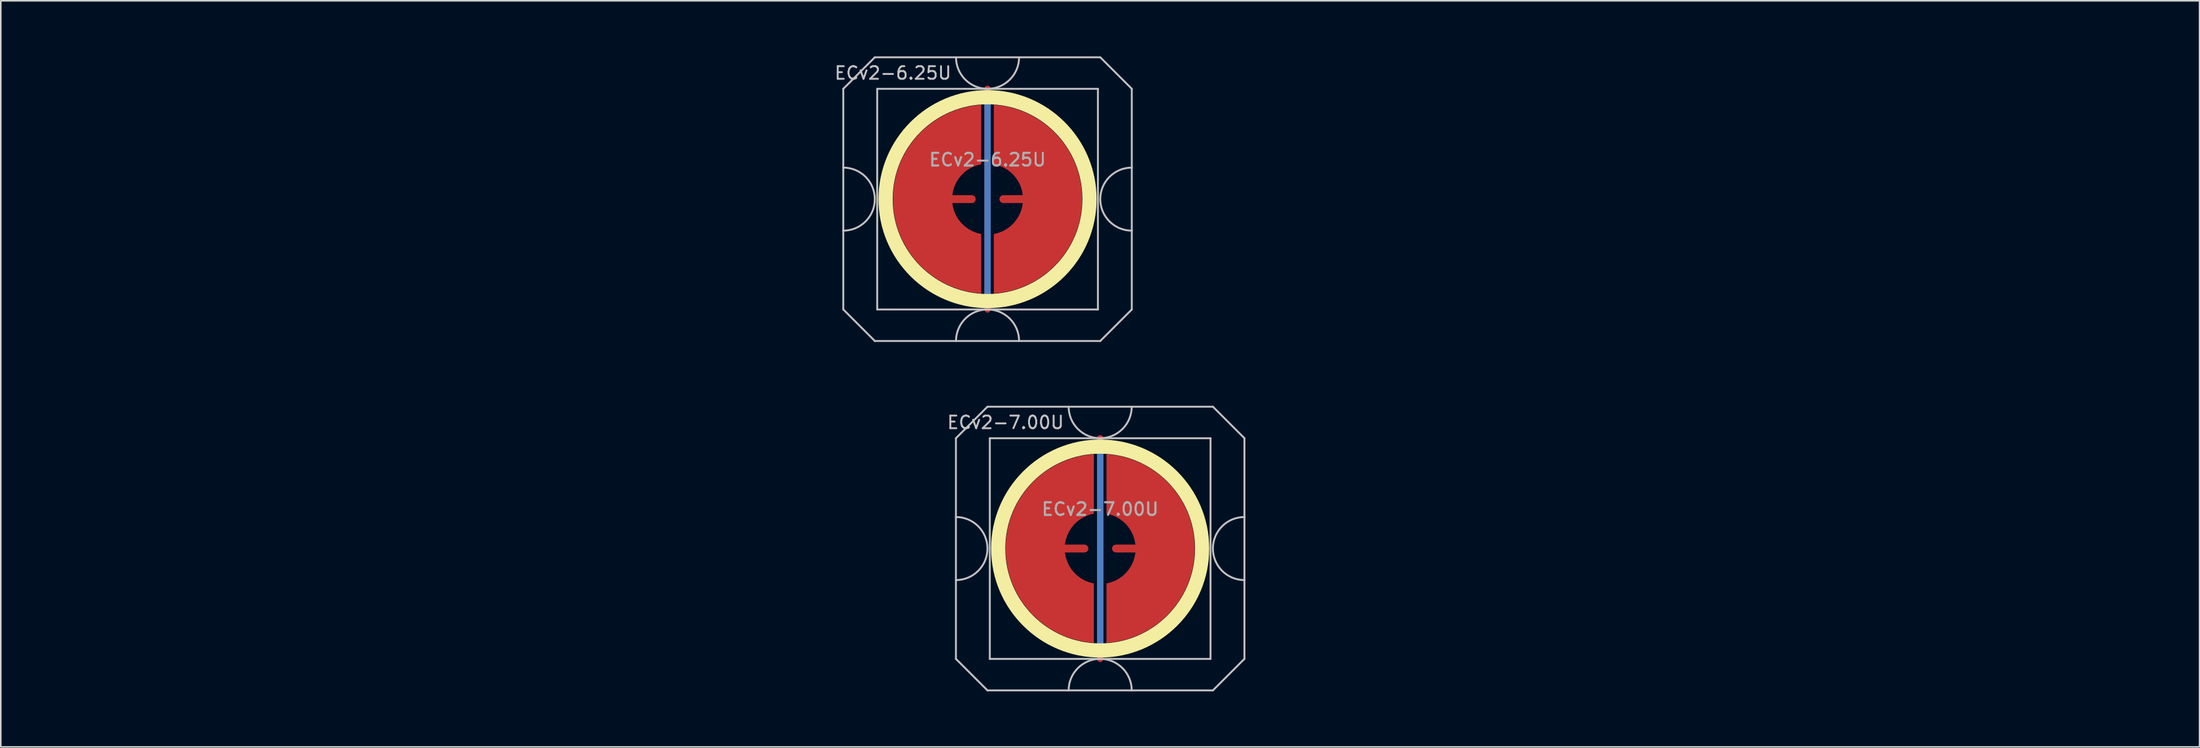
<source format=kicad_pcb>
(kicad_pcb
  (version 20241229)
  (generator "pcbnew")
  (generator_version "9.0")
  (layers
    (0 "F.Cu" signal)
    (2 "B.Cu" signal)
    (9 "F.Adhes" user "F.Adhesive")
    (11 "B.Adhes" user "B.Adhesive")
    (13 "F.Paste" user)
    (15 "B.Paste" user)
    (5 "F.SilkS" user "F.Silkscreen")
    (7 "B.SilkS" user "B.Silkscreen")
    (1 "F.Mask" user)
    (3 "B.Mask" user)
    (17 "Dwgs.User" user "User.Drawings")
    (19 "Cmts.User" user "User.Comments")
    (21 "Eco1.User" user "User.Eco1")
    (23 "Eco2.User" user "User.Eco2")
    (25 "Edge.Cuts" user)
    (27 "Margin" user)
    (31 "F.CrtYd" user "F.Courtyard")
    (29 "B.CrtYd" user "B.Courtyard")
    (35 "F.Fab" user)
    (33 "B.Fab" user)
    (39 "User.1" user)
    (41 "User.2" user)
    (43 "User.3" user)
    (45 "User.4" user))
  (footprint "ECv2-7.00U"
    (layer "F.Cu")
    (at 66.735 31.755)
    (property "Reference" "ECv2-7.00U" (at -6 -8 0) (layer "Dwgs.User") (effects (font (size 0.8 0.8) (thickness 0.12))))
    (attr smd exclude_from_pos_files exclude_from_bom)
    (fp_circle (center 0 0) (end 6.467 0) (stroke (width 0.9) (type solid)) (fill no) (layer "F.SilkS"))
    (fp_line (start -9.15 -7) (end -9.15 -2) (stroke (width 0.12) (type solid)) (layer "Dwgs.User"))
    (fp_line (start -9.15 -2) (end -9.15 2) (stroke (width 0.12) (type solid)) (layer "Dwgs.User"))
    (fp_line (start -9.15 2) (end -9.15 7) (stroke (width 0.12) (type solid)) (layer "Dwgs.User"))
    (fp_line (start -9.15 7) (end -7.15 9) (stroke (width 0.12) (type solid)) (layer "Dwgs.User"))
    (fp_line (start -7.15 -9) (end -9.15 -7) (stroke (width 0.12) (type solid)) (layer "Dwgs.User"))
    (fp_line (start -7.15 9) (end 7.15 9) (stroke (width 0.12) (type solid)) (layer "Dwgs.User"))
    (fp_line (start -7 -7) (end -7 7) (stroke (width 0.12) (type solid)) (layer "Dwgs.User"))
    (fp_line (start -7 7) (end 7 7) (stroke (width 0.12) (type solid)) (layer "Dwgs.User"))
    (fp_line (start 7 -7) (end -7 -7) (stroke (width 0.12) (type solid)) (layer "Dwgs.User"))
    (fp_line (start 7 7) (end 7 -7) (stroke (width 0.12) (type solid)) (layer "Dwgs.User"))
    (fp_line (start 7.15 -9) (end -7.15 -9) (stroke (width 0.12) (type solid)) (layer "Dwgs.User"))
    (fp_line (start 7.15 -9) (end 9.15 -7) (stroke (width 0.12) (type solid)) (layer "Dwgs.User"))
    (fp_line (start 7.15 9) (end 9.15 7) (stroke (width 0.12) (type solid)) (layer "Dwgs.User"))
    (fp_line (start 9.15 -2) (end 9.15 -7) (stroke (width 0.12) (type solid)) (layer "Dwgs.User"))
    (fp_line (start 9.15 -2) (end 9.15 2) (stroke (width 0.12) (type solid)) (layer "Dwgs.User"))
    (fp_line (start 9.15 7) (end 9.15 2) (stroke (width 0.12) (type solid)) (layer "Dwgs.User"))
    (fp_arc (start -9.15 -2) (mid -7.15 0) (end -9.15 2) (stroke (width 0.12) (type solid)) (layer "Dwgs.User"))
    (fp_arc (start -2 9) (mid 0 7) (end 2 9) (stroke (width 0.12) (type solid)) (layer "Dwgs.User"))
    (fp_arc (start 2 -9) (mid 0 -7) (end -2 -9) (stroke (width 0.12) (type solid)) (layer "Dwgs.User"))
    (fp_arc (start 9.15 2) (mid 7.15 0) (end 9.15 -2) (stroke (width 0.12) (type solid)) (layer "Dwgs.User"))
    (fp_line (start -66.675 -9.525) (end -66.675 9.525) (stroke (width 0.12) (type solid)) (layer "User.2"))
    (fp_line (start -66.675 -9.525) (end 66.675 -9.525) (stroke (width 0.12) (type solid)) (layer "User.2"))
    (fp_line (start -66.675 9.525) (end 66.675 9.525) (stroke (width 0.12) (type solid)) (layer "User.2"))
    (fp_line (start 66.675 -9.525) (end 66.675 9.525) (stroke (width 0.12) (type solid)) (layer "User.2"))
    (fp_text user "${REFERENCE}" (at 0 -2.5 0) (layer "F.Fab") (effects (font (size 0.8 0.8) (thickness 0.12))))
    (fp_text user "${REFERENCE}" (at 0 -2.5 0) (layer "F.Fab") (effects (font (size 0.8 0.8) (thickness 0.12))))
    (pad "1" smd custom (at -1 0) (size 0.4 0.4) (layers "F.Cu") (options (anchor circle)) (primitives (gr_poly (pts (xy 0.6 -2.214) (xy 0.32 -2.145) (xy 0.052 -2.041) (xy -0.201 -1.903) (xy -0.434 -1.734) (xy -0.644 -1.536) (xy -0.826 -1.314) (xy -0.979 -1.07) (xy -1.1 -0.808) (xy -1.186 -0.534) (xy -1.236 -0.25) (xy 0 -0.25) (xy 0.096 -0.231) (xy 0.177 -0.177) (xy 0.231 -0.096) (xy 0.25 0) (xy 0.231 0.096) (xy 0.177 0.177) (xy 0.096 0.231) (xy 0 0.25) (xy -1.236 0.25) (xy -1.186 0.534) (xy -1.1 0.808) (xy -0.979 1.07) (xy -0.826 1.314) (xy -0.644 1.536) (xy -0.434 1.734) (xy -0.201 1.903) (xy 0.052 2.041) (xy 0.32 2.145) (xy 0.6 2.214) (xy 0.6 5.987) (xy 0.115 5.934) (xy -0.364 5.843) (xy -0.834 5.713) (xy -1.292 5.545) (xy -1.735 5.341) (xy -2.159 5.101) (xy -2.563 4.827) (xy -2.943 4.522) (xy -3.298 4.187) (xy -3.623 3.824) (xy -3.919 3.436) (xy -4.182 3.025) (xy -4.41 2.594) (xy -4.603 2.147) (xy -4.759 1.684) (xy -4.876 1.211) (xy -4.955 0.73) (xy -4.995 0.244) (xy -4.995 -0.244) (xy -4.955 -0.73) (xy -4.876 -1.211) (xy -4.759 -1.684) (xy -4.603 -2.147) (xy -4.41 -2.594) (xy -4.182 -3.025) (xy -3.919 -3.436) (xy -3.623 -3.824) (xy -3.298 -4.187) (xy -2.943 -4.522) (xy -2.563 -4.827) (xy -2.159 -5.101) (xy -1.735 -5.341) (xy -1.292 -5.545) (xy -0.834 -5.713) (xy -0.364 -5.843) (xy 0.115 -5.934) (xy 0.6 -5.987)) (width 0) (fill yes))))
    (pad "2" smd custom (at 1 0 180) (size 0.4 0.4) (layers "F.Cu") (options (anchor circle)) (primitives (gr_poly (pts (xy 0.6 -2.214) (xy 0.32 -2.145) (xy 0.052 -2.041) (xy -0.201 -1.903) (xy -0.434 -1.734) (xy -0.644 -1.536) (xy -0.826 -1.314) (xy -0.979 -1.07) (xy -1.1 -0.808) (xy -1.186 -0.534) (xy -1.236 -0.25) (xy 0 -0.25) (xy 0.096 -0.231) (xy 0.177 -0.177) (xy 0.231 -0.096) (xy 0.25 0) (xy 0.231 0.096) (xy 0.177 0.177) (xy 0.096 0.231) (xy 0 0.25) (xy -1.236 0.25) (xy -1.186 0.534) (xy -1.1 0.808) (xy -0.979 1.07) (xy -0.826 1.314) (xy -0.644 1.536) (xy -0.434 1.734) (xy -0.201 1.903) (xy 0.052 2.041) (xy 0.32 2.145) (xy 0.6 2.214) (xy 0.6 5.987) (xy 0.115 5.934) (xy -0.364 5.843) (xy -0.834 5.713) (xy -1.292 5.545) (xy -1.735 5.341) (xy -2.159 5.101) (xy -2.563 4.827) (xy -2.943 4.522) (xy -3.298 4.187) (xy -3.623 3.824) (xy -3.919 3.436) (xy -4.182 3.025) (xy -4.41 2.594) (xy -4.603 2.147) (xy -4.759 1.684) (xy -4.876 1.211) (xy -4.955 0.73) (xy -4.995 0.244) (xy -4.995 -0.244) (xy -4.955 -0.73) (xy -4.876 -1.211) (xy -4.759 -1.684) (xy -4.603 -2.147) (xy -4.41 -2.594) (xy -4.182 -3.025) (xy -3.919 -3.436) (xy -3.623 -3.824) (xy -3.298 -4.187) (xy -2.943 -4.522) (xy -2.563 -4.827) (xy -2.159 -5.101) (xy -1.735 -5.341) (xy -1.292 -5.545) (xy -0.834 -5.713) (xy -0.364 -5.843) (xy 0.115 -5.934) (xy 0.6 -5.987)) (width 0) (fill yes))))
    (pad "3" smd custom (at 0 0) (size 0.4 0.4) (layers "F.Cu") (options (anchor rect)) (primitives (gr_line (start 0 -7) (end 0 7) (width 0.4))))
    (pad "3" smd custom (at 0 0) (size 0.4 0.4) (layers "B.Cu") (options (anchor rect)) (primitives (gr_line (start 0 -6.5) (end 0 6.5) (width 0.4))))
    (zone (net_name "") (layer "F.Cu") (hatch edge 0.508) (connect_pads) (min_thickness 0.254) (filled_areas_thickness no) (keepout (tracks allowed) (vias allowed) (pads allowed) (copperpour not_allowed) (footprints allowed)) (placement (enabled no)) (fill) (polygon (pts (xy 73.74 31.755) (xy 73.721 31.242) (xy 73.665 30.732) (xy 73.571 30.227) (xy 73.441 29.73) (xy 73.275 29.245) (xy 73.073 28.772) (xy 72.838 28.316) (xy 72.57 27.879) (xy 72.27 27.462) (xy 71.941 27.068) (xy 71.583 26.699) (xy 71.2 26.358) (xy 70.793 26.045) (xy 70.364 25.763) (xy 69.915 25.514) (xy 69.45 25.297) (xy 68.969 25.116) (xy 68.477 24.97) (xy 67.975 24.861) (xy 67.467 24.788) (xy 66.955 24.754) (xy 66.442 24.756) (xy 65.93 24.797) (xy 65.422 24.874) (xy 64.922 24.989) (xy 64.431 25.14) (xy 63.953 25.326) (xy 63.49 25.547) (xy 63.044 25.802) (xy 62.618 26.088) (xy 62.214 26.405) (xy 61.834 26.75) (xy 61.481 27.123) (xy 61.155 27.52) (xy 60.86 27.94) (xy 60.597 28.38) (xy 60.366 28.839) (xy 60.169 29.313) (xy 60.008 29.801) (xy 59.883 30.299) (xy 59.795 30.804) (xy 59.744 31.315) (xy 59.73 31.828) (xy 59.755 32.341) (xy 59.816 32.851) (xy 59.915 33.355) (xy 60.051 33.85) (xy 60.222 34.334) (xy 60.428 34.804) (xy 60.669 35.257) (xy 60.941 35.692) (xy 61.245 36.106) (xy 61.579 36.496) (xy 61.94 36.861) (xy 62.327 37.199) (xy 62.737 37.507) (xy 63.169 37.784) (xy 63.62 38.029) (xy 64.088 38.241) (xy 64.57 38.417) (xy 65.064 38.558) (xy 65.567 38.662) (xy 66.076 38.729) (xy 66.588 38.758) (xy 67.102 38.75) (xy 67.613 38.705) (xy 68.12 38.622) (xy 68.619 38.502) (xy 69.108 38.346) (xy 69.584 38.154) (xy 70.045 37.928) (xy 70.488 37.669) (xy 70.911 37.379) (xy 71.312 37.058) (xy 71.688 36.708) (xy 72.038 36.332) (xy 72.359 35.931) (xy 72.649 35.508) (xy 72.908 35.065) (xy 73.134 34.604) (xy 73.326 34.128) (xy 73.482 33.639) (xy 73.602 33.14) (xy 73.685 32.633) (xy 73.73 32.122))))
    (zone (net_name "") (layer "B.Cu") (hatch edge 0.508) (connect_pads) (min_thickness 0.254) (filled_areas_thickness no) (keepout (tracks allowed) (vias allowed) (pads allowed) (copperpour not_allowed) (footprints allowed)) (placement (enabled no)) (fill) (polygon (pts (xy 73.293 31.755) (xy 73.273 31.24) (xy 73.213 30.729) (xy 73.112 30.224) (xy 72.972 29.728) (xy 72.794 29.245) (xy 72.578 28.778) (xy 72.327 28.328) (xy 72.041 27.9) (xy 71.722 27.496) (xy 71.372 27.118) (xy 70.994 26.768) (xy 70.59 26.449) (xy 70.162 26.163) (xy 69.712 25.912) (xy 69.245 25.696) (xy 68.762 25.518) (xy 68.266 25.378) (xy 67.761 25.277) (xy 67.25 25.217) (xy 66.735 25.197) (xy 66.22 25.217) (xy 65.709 25.277) (xy 65.204 25.378) (xy 64.708 25.518) (xy 64.225 25.696) (xy 63.758 25.912) (xy 63.308 26.163) (xy 62.88 26.449) (xy 62.476 26.768) (xy 62.098 27.118) (xy 61.748 27.496) (xy 61.429 27.9) (xy 61.143 28.328) (xy 60.892 28.778) (xy 60.676 29.245) (xy 60.498 29.728) (xy 60.358 30.224) (xy 60.257 30.729) (xy 60.197 31.24) (xy 60.177 31.755) (xy 60.197 32.27) (xy 60.257 32.781) (xy 60.358 33.286) (xy 60.498 33.782) (xy 60.676 34.265) (xy 60.892 34.732) (xy 61.143 35.182) (xy 61.429 35.61) (xy 61.748 36.014) (xy 62.098 36.392) (xy 62.476 36.742) (xy 62.88 37.061) (xy 63.308 37.347) (xy 63.758 37.598) (xy 64.225 37.814) (xy 64.708 37.992) (xy 65.204 38.132) (xy 65.709 38.233) (xy 66.22 38.293) (xy 66.735 38.313) (xy 67.25 38.293) (xy 67.761 38.233) (xy 68.266 38.132) (xy 68.762 37.992) (xy 69.245 37.814) (xy 69.712 37.598) (xy 70.162 37.347) (xy 70.59 37.061) (xy 70.994 36.742) (xy 71.372 36.392) (xy 71.722 36.014) (xy 72.041 35.61) (xy 72.327 35.182) (xy 72.578 34.732) (xy 72.794 34.265) (xy 72.972 33.782) (xy 73.112 33.286) (xy 73.213 32.781) (xy 73.273 32.27)))))
  (footprint "ECv2-6.25U"
    (layer "F.Cu")
    (at 59.591 9.585)
    (property "Reference" "ECv2-6.25U" (at -6 -8 0) (layer "Dwgs.User") (effects (font (size 0.8 0.8) (thickness 0.12))))
    (attr smd exclude_from_pos_files exclude_from_bom)
    (fp_circle (center 0 0) (end 6.467 0) (stroke (width 0.9) (type solid)) (fill no) (layer "F.SilkS"))
    (fp_line (start -9.15 -7) (end -9.15 -2) (stroke (width 0.12) (type solid)) (layer "Dwgs.User"))
    (fp_line (start -9.15 -2) (end -9.15 2) (stroke (width 0.12) (type solid)) (layer "Dwgs.User"))
    (fp_line (start -9.15 2) (end -9.15 7) (stroke (width 0.12) (type solid)) (layer "Dwgs.User"))
    (fp_line (start -9.15 7) (end -7.15 9) (stroke (width 0.12) (type solid)) (layer "Dwgs.User"))
    (fp_line (start -7.15 -9) (end -9.15 -7) (stroke (width 0.12) (type solid)) (layer "Dwgs.User"))
    (fp_line (start -7.15 9) (end 7.15 9) (stroke (width 0.12) (type solid)) (layer "Dwgs.User"))
    (fp_line (start -7 -7) (end -7 7) (stroke (width 0.12) (type solid)) (layer "Dwgs.User"))
    (fp_line (start -7 7) (end 7 7) (stroke (width 0.12) (type solid)) (layer "Dwgs.User"))
    (fp_line (start 7 -7) (end -7 -7) (stroke (width 0.12) (type solid)) (layer "Dwgs.User"))
    (fp_line (start 7 7) (end 7 -7) (stroke (width 0.12) (type solid)) (layer "Dwgs.User"))
    (fp_line (start 7.15 -9) (end -7.15 -9) (stroke (width 0.12) (type solid)) (layer "Dwgs.User"))
    (fp_line (start 7.15 -9) (end 9.15 -7) (stroke (width 0.12) (type solid)) (layer "Dwgs.User"))
    (fp_line (start 7.15 9) (end 9.15 7) (stroke (width 0.12) (type solid)) (layer "Dwgs.User"))
    (fp_line (start 9.15 -2) (end 9.15 -7) (stroke (width 0.12) (type solid)) (layer "Dwgs.User"))
    (fp_line (start 9.15 -2) (end 9.15 2) (stroke (width 0.12) (type solid)) (layer "Dwgs.User"))
    (fp_line (start 9.15 7) (end 9.15 2) (stroke (width 0.12) (type solid)) (layer "Dwgs.User"))
    (fp_arc (start -9.15 -2) (mid -7.15 0) (end -9.15 2) (stroke (width 0.12) (type solid)) (layer "Dwgs.User"))
    (fp_arc (start -2 9) (mid 0 7) (end 2 9) (stroke (width 0.12) (type solid)) (layer "Dwgs.User"))
    (fp_arc (start 2 -9) (mid 0 -7) (end -2 -9) (stroke (width 0.12) (type solid)) (layer "Dwgs.User"))
    (fp_arc (start 9.15 2) (mid 7.15 0) (end 9.15 -2) (stroke (width 0.12) (type solid)) (layer "Dwgs.User"))
    (fp_line (start -59.531 -9.525) (end -59.531 9.525) (stroke (width 0.12) (type solid)) (layer "User.2"))
    (fp_line (start -59.531 -9.525) (end 59.531 -9.525) (stroke (width 0.12) (type solid)) (layer "User.2"))
    (fp_line (start -59.531 9.525) (end 59.531 9.525) (stroke (width 0.12) (type solid)) (layer "User.2"))
    (fp_line (start 59.531 -9.525) (end 59.531 9.525) (stroke (width 0.12) (type solid)) (layer "User.2"))
    (fp_text user "${REFERENCE}" (at 0 -2.5 0) (layer "F.Fab") (effects (font (size 0.8 0.8) (thickness 0.12))))
    (fp_text user "${REFERENCE}" (at 0 -2.5 0) (layer "F.Fab") (effects (font (size 0.8 0.8) (thickness 0.12))))
    (pad "1" smd custom (at -1 0) (size 0.4 0.4) (layers "F.Cu") (options (anchor circle)) (primitives (gr_poly (pts (xy 0.6 -2.214) (xy 0.32 -2.145) (xy 0.052 -2.041) (xy -0.201 -1.903) (xy -0.434 -1.734) (xy -0.644 -1.536) (xy -0.826 -1.314) (xy -0.979 -1.07) (xy -1.1 -0.808) (xy -1.186 -0.534) (xy -1.236 -0.25) (xy 0 -0.25) (xy 0.096 -0.231) (xy 0.177 -0.177) (xy 0.231 -0.096) (xy 0.25 0) (xy 0.231 0.096) (xy 0.177 0.177) (xy 0.096 0.231) (xy 0 0.25) (xy -1.236 0.25) (xy -1.186 0.534) (xy -1.1 0.808) (xy -0.979 1.07) (xy -0.826 1.314) (xy -0.644 1.536) (xy -0.434 1.734) (xy -0.201 1.903) (xy 0.052 2.041) (xy 0.32 2.145) (xy 0.6 2.214) (xy 0.6 5.987) (xy 0.115 5.934) (xy -0.364 5.843) (xy -0.834 5.713) (xy -1.292 5.545) (xy -1.735 5.341) (xy -2.159 5.101) (xy -2.563 4.827) (xy -2.943 4.522) (xy -3.298 4.187) (xy -3.623 3.824) (xy -3.919 3.436) (xy -4.182 3.025) (xy -4.41 2.594) (xy -4.603 2.147) (xy -4.759 1.684) (xy -4.876 1.211) (xy -4.955 0.73) (xy -4.995 0.244) (xy -4.995 -0.244) (xy -4.955 -0.73) (xy -4.876 -1.211) (xy -4.759 -1.684) (xy -4.603 -2.147) (xy -4.41 -2.594) (xy -4.182 -3.025) (xy -3.919 -3.436) (xy -3.623 -3.824) (xy -3.298 -4.187) (xy -2.943 -4.522) (xy -2.563 -4.827) (xy -2.159 -5.101) (xy -1.735 -5.341) (xy -1.292 -5.545) (xy -0.834 -5.713) (xy -0.364 -5.843) (xy 0.115 -5.934) (xy 0.6 -5.987)) (width 0) (fill yes))))
    (pad "2" smd custom (at 1 0 180) (size 0.4 0.4) (layers "F.Cu") (options (anchor circle)) (primitives (gr_poly (pts (xy 0.6 -2.214) (xy 0.32 -2.145) (xy 0.052 -2.041) (xy -0.201 -1.903) (xy -0.434 -1.734) (xy -0.644 -1.536) (xy -0.826 -1.314) (xy -0.979 -1.07) (xy -1.1 -0.808) (xy -1.186 -0.534) (xy -1.236 -0.25) (xy 0 -0.25) (xy 0.096 -0.231) (xy 0.177 -0.177) (xy 0.231 -0.096) (xy 0.25 0) (xy 0.231 0.096) (xy 0.177 0.177) (xy 0.096 0.231) (xy 0 0.25) (xy -1.236 0.25) (xy -1.186 0.534) (xy -1.1 0.808) (xy -0.979 1.07) (xy -0.826 1.314) (xy -0.644 1.536) (xy -0.434 1.734) (xy -0.201 1.903) (xy 0.052 2.041) (xy 0.32 2.145) (xy 0.6 2.214) (xy 0.6 5.987) (xy 0.115 5.934) (xy -0.364 5.843) (xy -0.834 5.713) (xy -1.292 5.545) (xy -1.735 5.341) (xy -2.159 5.101) (xy -2.563 4.827) (xy -2.943 4.522) (xy -3.298 4.187) (xy -3.623 3.824) (xy -3.919 3.436) (xy -4.182 3.025) (xy -4.41 2.594) (xy -4.603 2.147) (xy -4.759 1.684) (xy -4.876 1.211) (xy -4.955 0.73) (xy -4.995 0.244) (xy -4.995 -0.244) (xy -4.955 -0.73) (xy -4.876 -1.211) (xy -4.759 -1.684) (xy -4.603 -2.147) (xy -4.41 -2.594) (xy -4.182 -3.025) (xy -3.919 -3.436) (xy -3.623 -3.824) (xy -3.298 -4.187) (xy -2.943 -4.522) (xy -2.563 -4.827) (xy -2.159 -5.101) (xy -1.735 -5.341) (xy -1.292 -5.545) (xy -0.834 -5.713) (xy -0.364 -5.843) (xy 0.115 -5.934) (xy 0.6 -5.987)) (width 0) (fill yes))))
    (pad "3" smd custom (at 0 0) (size 0.4 0.4) (layers "F.Cu") (options (anchor rect)) (primitives (gr_line (start 0 -7) (end 0 7) (width 0.4))))
    (pad "3" smd custom (at 0 0) (size 0.4 0.4) (layers "B.Cu") (options (anchor rect)) (primitives (gr_line (start 0 -6.5) (end 0 6.5) (width 0.4))))
    (zone (net_name "") (layer "F.Cu") (hatch edge 0.508) (connect_pads) (min_thickness 0.254) (filled_areas_thickness no) (keepout (tracks allowed) (vias allowed) (pads allowed) (copperpour not_allowed) (footprints allowed)) (placement (enabled no)) (fill) (polygon (pts (xy 66.596 9.585) (xy 66.577 9.072) (xy 66.521 8.562) (xy 66.427 8.057) (xy 66.297 7.56) (xy 66.131 7.075) (xy 65.929 6.602) (xy 65.694 6.146) (xy 65.426 5.709) (xy 65.126 5.292) (xy 64.797 4.898) (xy 64.44 4.529) (xy 64.056 4.188) (xy 63.649 3.875) (xy 63.22 3.593) (xy 62.771 3.344) (xy 62.306 3.127) (xy 61.826 2.946) (xy 61.333 2.8) (xy 60.832 2.691) (xy 60.323 2.618) (xy 59.811 2.584) (xy 59.298 2.586) (xy 58.786 2.627) (xy 58.279 2.704) (xy 57.778 2.819) (xy 57.288 2.97) (xy 56.809 3.156) (xy 56.346 3.377) (xy 55.9 3.632) (xy 55.474 3.918) (xy 55.07 4.235) (xy 54.69 4.58) (xy 54.337 4.953) (xy 54.012 5.35) (xy 53.716 5.77) (xy 53.453 6.21) (xy 53.222 6.669) (xy 53.026 7.143) (xy 52.864 7.631) (xy 52.739 8.129) (xy 52.651 8.634) (xy 52.6 9.145) (xy 52.587 9.658) (xy 52.611 10.171) (xy 52.673 10.681) (xy 52.771 11.185) (xy 52.907 11.68) (xy 53.078 12.164) (xy 53.285 12.634) (xy 53.525 13.087) (xy 53.798 13.522) (xy 54.102 13.936) (xy 54.435 14.326) (xy 54.796 14.691) (xy 55.183 15.029) (xy 55.593 15.337) (xy 56.025 15.614) (xy 56.477 15.859) (xy 56.945 16.071) (xy 57.427 16.247) (xy 57.92 16.388) (xy 58.423 16.492) (xy 58.932 16.559) (xy 59.445 16.588) (xy 59.958 16.58) (xy 60.469 16.535) (xy 60.976 16.452) (xy 61.475 16.332) (xy 61.964 16.176) (xy 62.44 15.984) (xy 62.901 15.758) (xy 63.345 15.499) (xy 63.768 15.209) (xy 64.168 14.888) (xy 64.544 14.538) (xy 64.894 14.162) (xy 65.215 13.761) (xy 65.506 13.338) (xy 65.765 12.895) (xy 65.991 12.434) (xy 66.182 11.958) (xy 66.338 11.469) (xy 66.458 10.97) (xy 66.541 10.463) (xy 66.587 9.952))))
    (zone (net_name "") (layer "B.Cu") (hatch edge 0.508) (connect_pads) (min_thickness 0.254) (filled_areas_thickness no) (keepout (tracks allowed) (vias allowed) (pads allowed) (copperpour not_allowed) (footprints allowed)) (placement (enabled no)) (fill) (polygon (pts (xy 66.15 9.585) (xy 66.129 9.07) (xy 66.069 8.559) (xy 65.968 8.054) (xy 65.829 7.558) (xy 65.65 7.075) (xy 65.435 6.608) (xy 65.183 6.158) (xy 64.897 5.73) (xy 64.578 5.326) (xy 64.229 4.948) (xy 63.85 4.598) (xy 63.446 4.279) (xy 63.018 3.993) (xy 62.569 3.742) (xy 62.101 3.526) (xy 61.618 3.348) (xy 61.122 3.208) (xy 60.617 3.107) (xy 60.106 3.047) (xy 59.591 3.027) (xy 59.077 3.047) (xy 58.565 3.107) (xy 58.06 3.208) (xy 57.565 3.348) (xy 57.082 3.526) (xy 56.614 3.742) (xy 56.165 3.993) (xy 55.736 4.279) (xy 55.332 4.598) (xy 54.954 4.948) (xy 54.604 5.326) (xy 54.286 5.73) (xy 53.999 6.158) (xy 53.748 6.608) (xy 53.532 7.075) (xy 53.354 7.558) (xy 53.214 8.054) (xy 53.114 8.559) (xy 53.053 9.07) (xy 53.033 9.585) (xy 53.053 10.1) (xy 53.114 10.611) (xy 53.214 11.116) (xy 53.354 11.612) (xy 53.532 12.095) (xy 53.748 12.562) (xy 53.999 13.012) (xy 54.286 13.44) (xy 54.604 13.844) (xy 54.954 14.222) (xy 55.332 14.572) (xy 55.736 14.891) (xy 56.165 15.177) (xy 56.614 15.428) (xy 57.082 15.644) (xy 57.565 15.822) (xy 58.06 15.962) (xy 58.565 16.063) (xy 59.077 16.123) (xy 59.591 16.143) (xy 60.106 16.123) (xy 60.617 16.063) (xy 61.122 15.962) (xy 61.618 15.822) (xy 62.101 15.644) (xy 62.569 15.428) (xy 63.018 15.177) (xy 63.446 14.891) (xy 63.85 14.572) (xy 64.229 14.222) (xy 64.578 13.844) (xy 64.897 13.44) (xy 65.183 13.012) (xy 65.435 12.562) (xy 65.65 12.095) (xy 65.829 11.612) (xy 65.968 11.116) (xy 66.069 10.611) (xy 66.129 10.1)))))
  (gr_rect
    (start -3 -3)
    (end 136.47 44.34)
    (stroke (width 0.1) (type default))
    (fill no)
    (layer "Edge.Cuts")))
</source>
